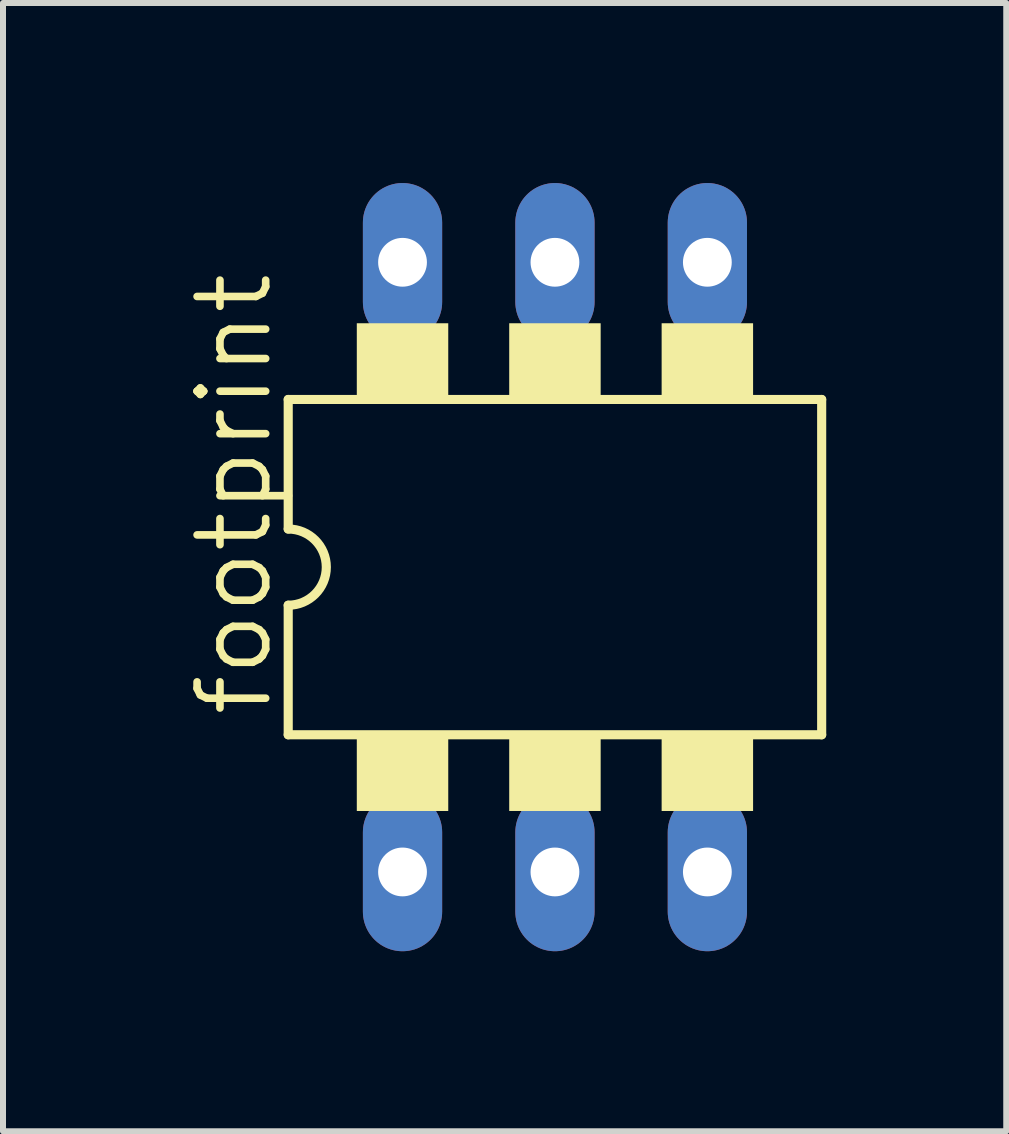
<source format=kicad_pcb>
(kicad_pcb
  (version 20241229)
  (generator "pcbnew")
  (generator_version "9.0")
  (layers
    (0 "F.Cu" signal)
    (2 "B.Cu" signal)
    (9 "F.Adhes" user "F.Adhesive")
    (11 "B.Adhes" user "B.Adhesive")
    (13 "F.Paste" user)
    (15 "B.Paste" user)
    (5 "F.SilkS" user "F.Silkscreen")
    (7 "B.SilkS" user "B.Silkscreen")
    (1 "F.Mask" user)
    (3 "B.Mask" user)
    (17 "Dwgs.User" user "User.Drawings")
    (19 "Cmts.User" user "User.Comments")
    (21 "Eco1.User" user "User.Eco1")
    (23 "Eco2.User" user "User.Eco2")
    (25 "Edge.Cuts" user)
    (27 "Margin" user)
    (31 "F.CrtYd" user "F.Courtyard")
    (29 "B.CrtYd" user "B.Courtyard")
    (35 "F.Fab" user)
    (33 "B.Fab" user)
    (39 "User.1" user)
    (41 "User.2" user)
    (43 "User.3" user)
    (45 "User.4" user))
  (footprint "footprint"
    (layer "F.Cu")
    (at 6.198 6.401)
    (property "Reference" "footprint" (at -4.674 2.54 90) (layer "F.SilkS") (effects (font (size 1.143 1.143) (thickness 0.127)) (justify left bottom)))
    (fp_line (start -4.445 -0.635) (end -4.445 -2.794) (stroke (width 0.152) (type solid)) (layer "F.SilkS"))
    (fp_line (start -4.445 2.794) (end -4.445 0.635) (stroke (width 0.152) (type solid)) (layer "F.SilkS"))
    (fp_line (start -4.445 2.794) (end 4.445 2.794) (stroke (width 0.152) (type solid)) (layer "F.SilkS"))
    (fp_line (start 4.445 -2.794) (end -4.445 -2.794) (stroke (width 0.152) (type solid)) (layer "F.SilkS"))
    (fp_line (start 4.445 -2.794) (end 4.445 2.794) (stroke (width 0.152) (type solid)) (layer "F.SilkS"))
    (fp_arc (start -4.445 -0.635) (mid -3.81 0) (end -4.445 0.635) (stroke (width 0.1524) (type solid)) (layer "F.SilkS"))
    (fp_poly (pts (xy -3.302 -2.794) (xy -1.778 -2.794) (xy -1.778 -4.064) (xy -3.302 -4.064)) (stroke (width 0) (type solid)) (fill yes) (layer "F.SilkS"))
    (fp_poly (pts (xy -3.302 4.064) (xy -1.778 4.064) (xy -1.778 2.794) (xy -3.302 2.794)) (stroke (width 0) (type solid)) (fill yes) (layer "F.SilkS"))
    (fp_poly (pts (xy -0.762 -2.794) (xy 0.762 -2.794) (xy 0.762 -4.064) (xy -0.762 -4.064)) (stroke (width 0) (type solid)) (fill yes) (layer "F.SilkS"))
    (fp_poly (pts (xy -0.762 4.064) (xy 0.762 4.064) (xy 0.762 2.794) (xy -0.762 2.794)) (stroke (width 0) (type solid)) (fill yes) (layer "F.SilkS"))
    (fp_poly (pts (xy 1.778 -2.794) (xy 3.302 -2.794) (xy 3.302 -4.064) (xy 1.778 -4.064)) (stroke (width 0) (type solid)) (fill yes) (layer "F.SilkS"))
    (fp_poly (pts (xy 1.778 4.064) (xy 3.302 4.064) (xy 3.302 2.794) (xy 1.778 2.794)) (stroke (width 0) (type solid)) (fill yes) (layer "F.SilkS"))
    (pad "1" thru_hole oval (at -2.54 5.08 90) (size 2.642 1.321) (drill 0.813) (layers "*.Cu" "*.Mask"))
    (pad "2" thru_hole oval (at 0 5.08 90) (size 2.642 1.321) (drill 0.813) (layers "*.Cu" "*.Mask"))
    (pad "3" thru_hole oval (at 2.54 5.08 90) (size 2.642 1.321) (drill 0.813) (layers "*.Cu" "*.Mask"))
    (pad "4" thru_hole oval (at 2.54 -5.08 90) (size 2.642 1.321) (drill 0.813) (layers "*.Cu" "*.Mask"))
    (pad "5" thru_hole oval (at 0 -5.08 90) (size 2.642 1.321) (drill 0.813) (layers "*.Cu" "*.Mask"))
    (pad "6" thru_hole oval (at -2.54 -5.08 90) (size 2.642 1.321) (drill 0.813) (layers "*.Cu" "*.Mask")))
  (gr_rect
    (start -3 -3)
    (end 13.719 15.802)
    (stroke (width 0.1) (type default))
    (fill no)
    (layer "Edge.Cuts")))
</source>
